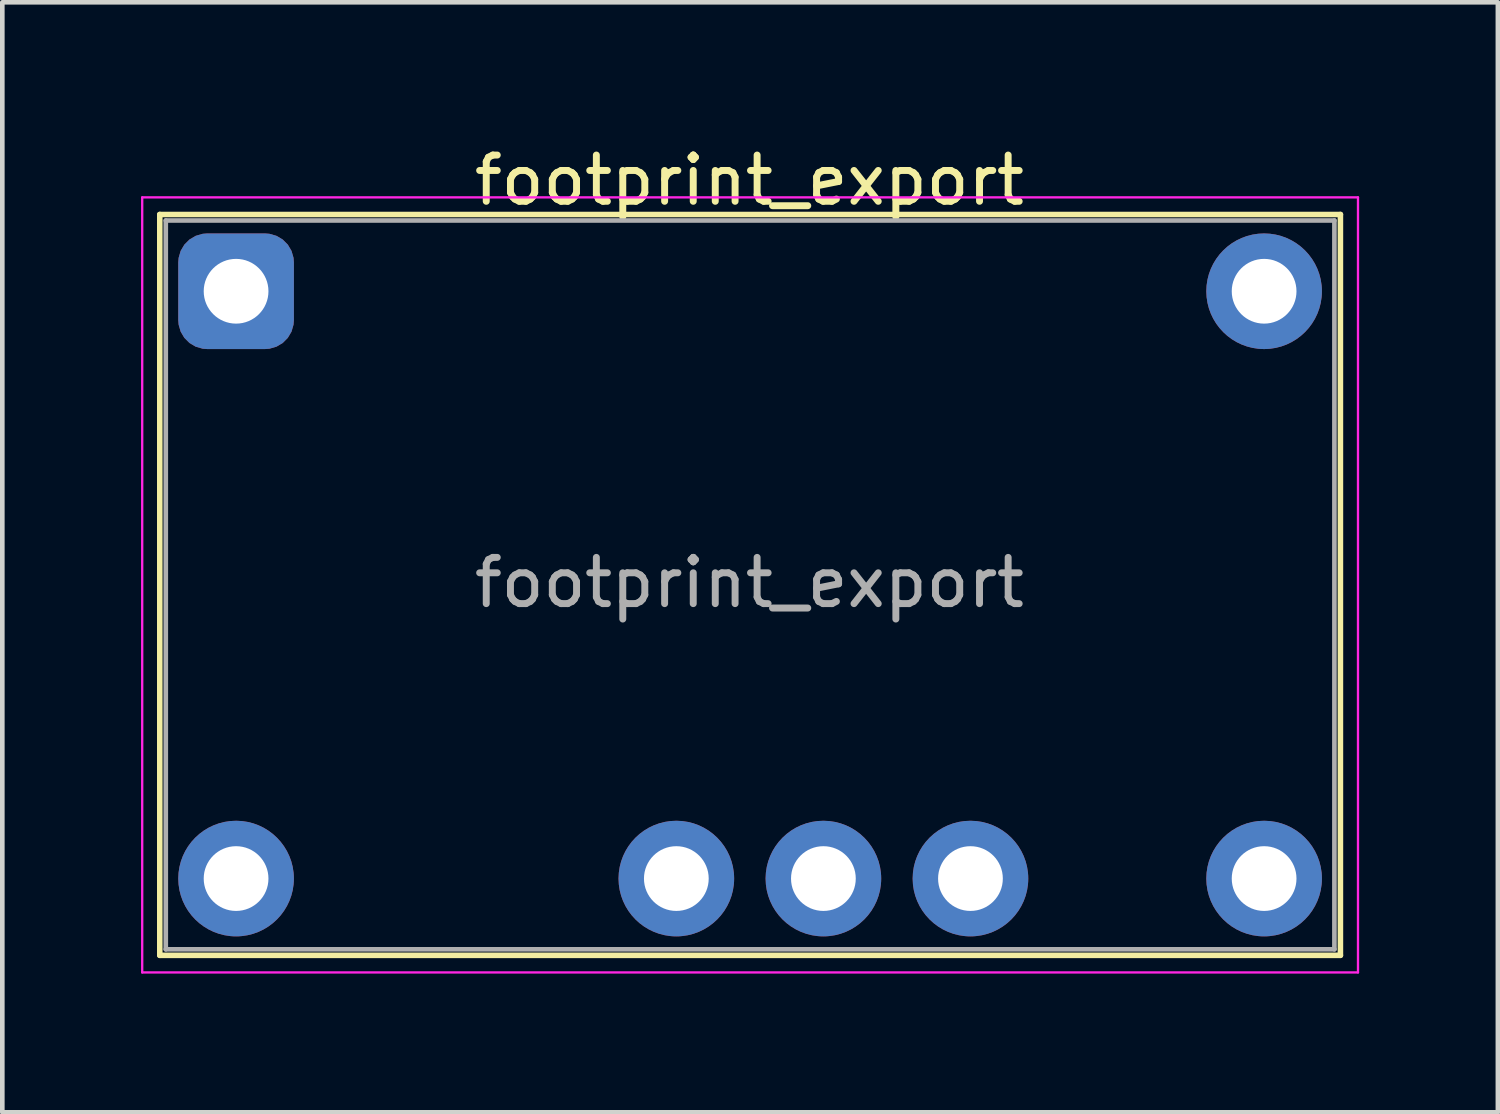
<source format=kicad_pcb>
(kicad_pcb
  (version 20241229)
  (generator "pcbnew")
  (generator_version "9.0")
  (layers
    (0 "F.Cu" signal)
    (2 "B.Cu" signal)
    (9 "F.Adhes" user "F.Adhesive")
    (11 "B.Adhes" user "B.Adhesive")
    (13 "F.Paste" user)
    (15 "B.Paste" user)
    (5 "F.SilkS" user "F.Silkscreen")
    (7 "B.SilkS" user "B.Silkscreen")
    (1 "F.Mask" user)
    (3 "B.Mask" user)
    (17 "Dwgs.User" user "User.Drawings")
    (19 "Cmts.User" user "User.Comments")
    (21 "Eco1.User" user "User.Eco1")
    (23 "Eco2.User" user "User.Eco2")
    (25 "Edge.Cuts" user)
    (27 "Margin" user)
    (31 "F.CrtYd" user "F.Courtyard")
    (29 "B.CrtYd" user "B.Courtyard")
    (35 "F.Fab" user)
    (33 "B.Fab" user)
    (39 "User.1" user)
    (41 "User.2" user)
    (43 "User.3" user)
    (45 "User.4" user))
  (footprint "footprint_export"
    (layer "F.Cu")
    (at 2.055 3.248)
    (property "Reference" "footprint_export" (at 11.1 -2.4 0) (layer "F.SilkS") (effects (font (size 1 1) (thickness 0.15))))
    (attr through_hole)
    (fp_line (start -1.65 -1.66) (end -1.65 14.36) (stroke (width 0.12) (type solid)) (layer "F.SilkS"))
    (fp_line (start -1.65 -1.66) (end 23.88 -1.66) (stroke (width 0.12) (type solid)) (layer "F.SilkS"))
    (fp_line (start -1.65 14.36) (end 23.88 14.36) (stroke (width 0.12) (type solid)) (layer "F.SilkS"))
    (fp_line (start 23.88 -1.66) (end 23.88 14.36) (stroke (width 0.12) (type solid)) (layer "F.SilkS"))
    (fp_line (start -2.03 14.73) (end -2.03 -2.03) (stroke (width 0.05) (type solid)) (layer "F.CrtYd"))
    (fp_line (start 24.26 -2.03) (end -2.03 -2.03) (stroke (width 0.05) (type solid)) (layer "F.CrtYd"))
    (fp_line (start 24.26 -2.03) (end 24.26 14.73) (stroke (width 0.05) (type solid)) (layer "F.CrtYd"))
    (fp_line (start 24.26 14.73) (end -2.03 14.73) (stroke (width 0.05) (type solid)) (layer "F.CrtYd"))
    (fp_line (start -1.52 14.23) (end -1.52 -1.53) (stroke (width 0.1) (type solid)) (layer "F.Fab"))
    (fp_line (start -1.52 14.23) (end 23.75 14.23) (stroke (width 0.1) (type solid)) (layer "F.Fab"))
    (fp_line (start 23.75 -1.53) (end -1.52 -1.53) (stroke (width 0.1) (type solid)) (layer "F.Fab"))
    (fp_line (start 23.75 14.23) (end 23.75 -1.53) (stroke (width 0.1) (type solid)) (layer "F.Fab"))
    (fp_text user "${REFERENCE}" (at 11.1 6.3 0) (layer "F.Fab") (effects (font (size 1 1) (thickness 0.15))))
    (pad "1" thru_hole roundrect (at 0 0) (size 2.5 2.5) (drill 1.4) (layers "*.Cu" "*.Mask") (roundrect_rratio 0.25))
    (pad "2" thru_hole circle (at 0 12.7) (size 2.5 2.5) (drill 1.4) (layers "*.Cu" "*.Mask"))
    (pad "3" thru_hole circle (at 9.52 12.7) (size 2.5 2.5) (drill 1.4) (layers "*.Cu" "*.Mask"))
    (pad "4" thru_hole circle (at 12.7 12.7) (size 2.5 2.5) (drill 1.4) (layers "*.Cu" "*.Mask"))
    (pad "5" thru_hole circle (at 15.88 12.7) (size 2.5 2.5) (drill 1.4) (layers "*.Cu" "*.Mask"))
    (pad "6" thru_hole circle (at 22.23 12.7) (size 2.5 2.5) (drill 1.4) (layers "*.Cu" "*.Mask"))
    (pad "7" thru_hole circle (at 22.23 0) (size 2.5 2.5) (drill 1.4) (layers "*.Cu" "*.Mask")))
  (gr_rect
    (start -3 -3)
    (end 29.34 21.003)
    (stroke (width 0.1) (type default))
    (fill no)
    (layer "Edge.Cuts")))
</source>
